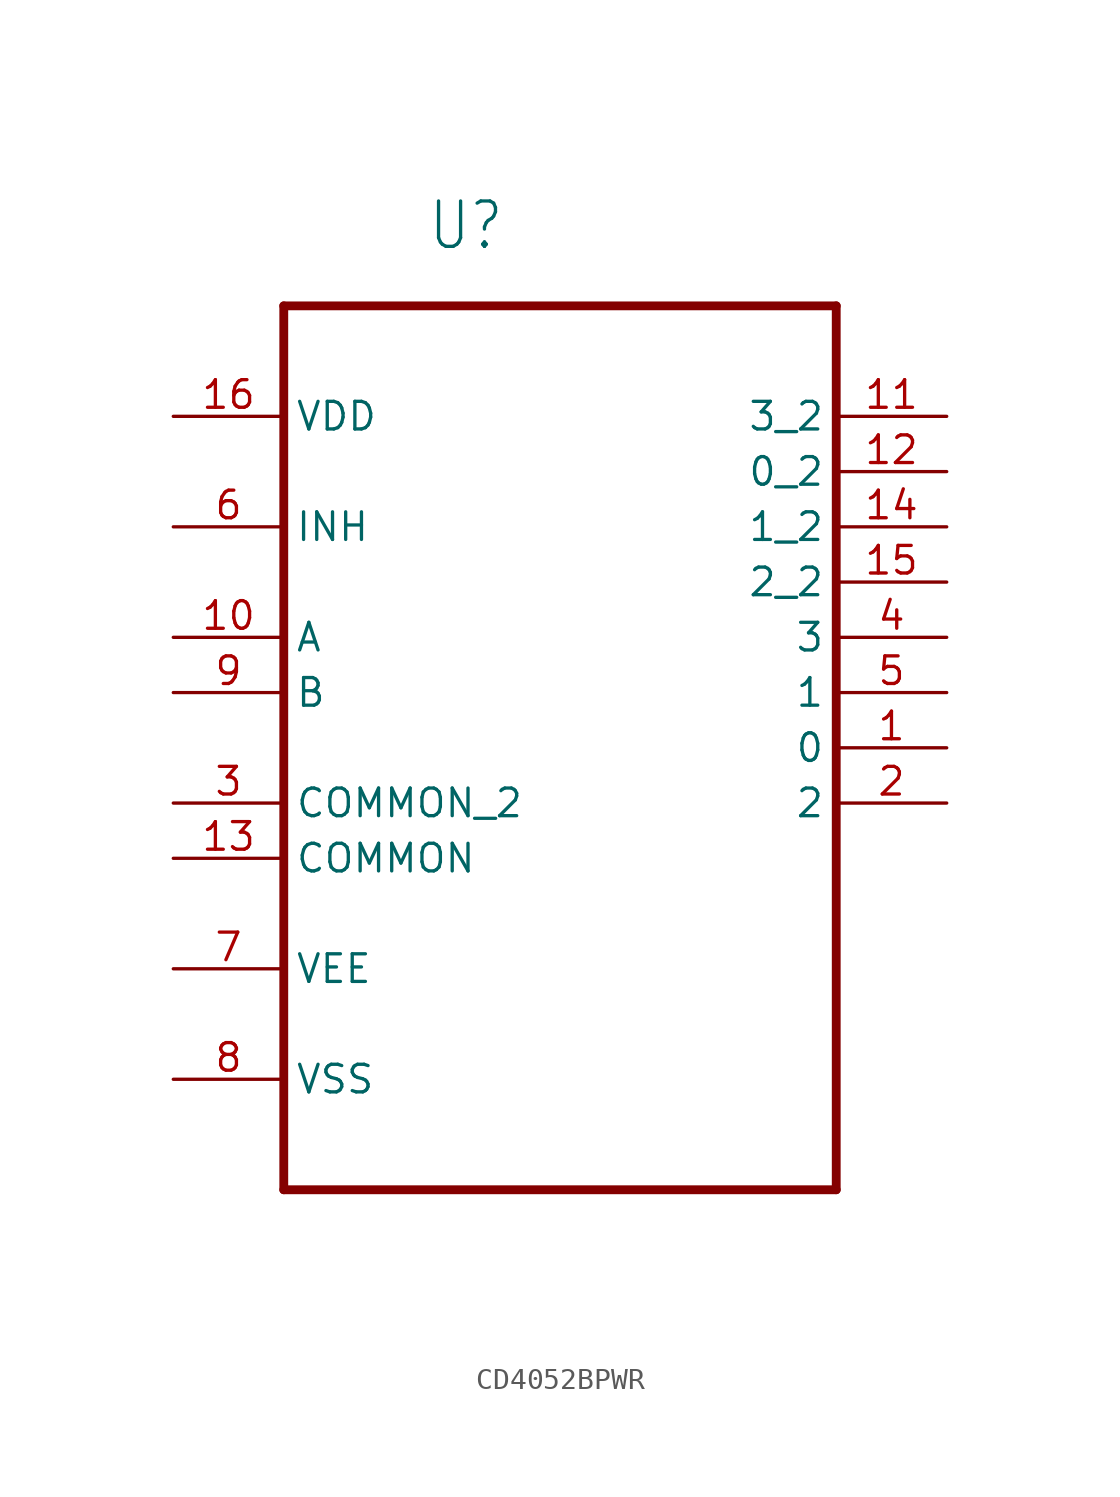
<source format=kicad_sym>
(kicad_symbol_lib
  (version 20231120)
  (generator "kicad_symbol_editor")
  (generator_version "8.0")
  (symbol "CD4052BPWR"
    (property "Reference" "U"
      (at -6.106 20.253 0)
      (effects (font (size 2.086 1.773)) (justify left bottom)))
    (property "Value" ""
      (at -4.853 -25.712 0)
      (effects (font (size 2.083 1.771)) (justify left bottom)))
    (property "ki_locked" ""
      (at 0 0 0)
      (effects (font (size 1.27 1.27))))
    (symbol "CD4052BPWR_1_0"
      (polyline (pts (xy -12.7 -22.86) (xy 12.7 -22.86)) (stroke (width 0.406) (type solid)) (fill (type none)))
      (polyline (pts (xy -12.7 17.78) (xy -12.7 -22.86)) (stroke (width 0.406) (type solid)) (fill (type none)))
      (polyline (pts (xy 12.7 -22.86) (xy 12.7 17.78)) (stroke (width 0.406) (type solid)) (fill (type none)))
      (polyline (pts (xy 12.7 17.78) (xy -12.7 17.78)) (stroke (width 0.406) (type solid)) (fill (type none)))
      (pin input line (at 17.78 -2.54 180) (length 5.08) (name "0" (effects (font (size 1.27 1.27)))) (number "1" (effects (font (size 1.27 1.27)))))
      (pin input line (at -17.78 2.54 0) (length 5.08) (name "A" (effects (font (size 1.27 1.27)))) (number "10" (effects (font (size 1.27 1.27)))))
      (pin bidirectional line (at 17.78 12.7 180) (length 5.08) (name "3_2" (effects (font (size 1.27 1.27)))) (number "11" (effects (font (size 1.27 1.27)))))
      (pin bidirectional line (at 17.78 10.16 180) (length 5.08) (name "0_2" (effects (font (size 1.27 1.27)))) (number "12" (effects (font (size 1.27 1.27)))))
      (pin bidirectional line (at -17.78 -7.62 0) (length 5.08) (name "COMMON" (effects (font (size 1.27 1.27)))) (number "13" (effects (font (size 1.27 1.27)))))
      (pin bidirectional line (at 17.78 7.62 180) (length 5.08) (name "1_2" (effects (font (size 1.27 1.27)))) (number "14" (effects (font (size 1.27 1.27)))))
      (pin bidirectional line (at 17.78 5.08 180) (length 5.08) (name "2_2" (effects (font (size 1.27 1.27)))) (number "15" (effects (font (size 1.27 1.27)))))
      (pin power_in line (at -17.78 12.7 0) (length 5.08) (name "VDD" (effects (font (size 1.27 1.27)))) (number "16" (effects (font (size 1.27 1.27)))))
      (pin input line (at 17.78 -5.08 180) (length 5.08) (name "2" (effects (font (size 1.27 1.27)))) (number "2" (effects (font (size 1.27 1.27)))))
      (pin bidirectional line (at -17.78 -5.08 0) (length 5.08) (name "COMMON_2" (effects (font (size 1.27 1.27)))) (number "3" (effects (font (size 1.27 1.27)))))
      (pin bidirectional line (at 17.78 2.54 180) (length 5.08) (name "3" (effects (font (size 1.27 1.27)))) (number "4" (effects (font (size 1.27 1.27)))))
      (pin bidirectional line (at 17.78 0 180) (length 5.08) (name "1" (effects (font (size 1.27 1.27)))) (number "5" (effects (font (size 1.27 1.27)))))
      (pin input line (at -17.78 7.62 0) (length 5.08) (name "INH" (effects (font (size 1.27 1.27)))) (number "6" (effects (font (size 1.27 1.27)))))
      (pin power_in line (at -17.78 -12.7 0) (length 5.08) (name "VEE" (effects (font (size 1.27 1.27)))) (number "7" (effects (font (size 1.27 1.27)))))
      (pin power_in line (at -17.78 -17.78 0) (length 5.08) (name "VSS" (effects (font (size 1.27 1.27)))) (number "8" (effects (font (size 1.27 1.27)))))
      (pin input line (at -17.78 0 0) (length 5.08) (name "B" (effects (font (size 1.27 1.27)))) (number "9" (effects (font (size 1.27 1.27))))))))
</source>
